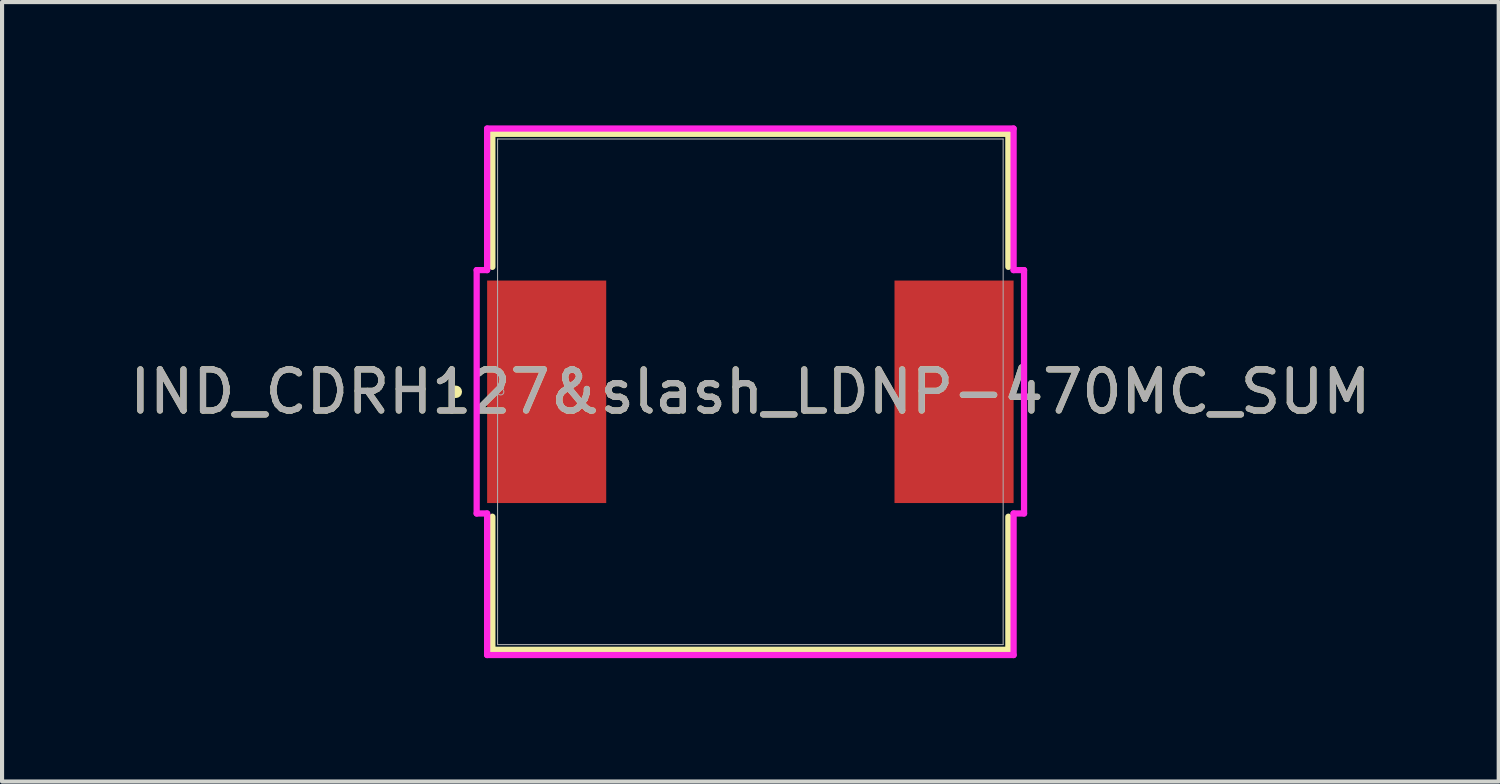
<source format=kicad_pcb>
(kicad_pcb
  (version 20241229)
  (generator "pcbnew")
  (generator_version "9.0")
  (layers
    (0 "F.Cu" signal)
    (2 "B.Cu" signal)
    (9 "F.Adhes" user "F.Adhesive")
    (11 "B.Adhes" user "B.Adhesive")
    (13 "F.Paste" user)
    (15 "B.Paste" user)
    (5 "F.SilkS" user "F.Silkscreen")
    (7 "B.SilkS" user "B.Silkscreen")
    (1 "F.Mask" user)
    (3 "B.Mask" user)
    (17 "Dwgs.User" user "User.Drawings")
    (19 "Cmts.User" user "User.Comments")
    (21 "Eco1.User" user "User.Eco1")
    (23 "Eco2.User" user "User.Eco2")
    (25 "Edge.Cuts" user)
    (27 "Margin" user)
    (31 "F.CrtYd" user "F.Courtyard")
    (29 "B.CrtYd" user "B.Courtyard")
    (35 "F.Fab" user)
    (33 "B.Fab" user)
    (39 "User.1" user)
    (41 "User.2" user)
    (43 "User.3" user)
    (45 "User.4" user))
  (footprint "IND_CDRH127&slash_LDNP-470MC_SUM"
    (layer "F.Cu")
    (at 15.196 6.477)
    (property "Reference" "IND_CDRH127&slash_LDNP-470MC_SUM" (at 0 0 0) (unlocked yes) (layer "F.SilkS") (effects (font (size 1 1) (thickness 0.15))))
    (attr smd)
    (fp_line (start -6.274 -6.274) (end -6.274 -3.038) (stroke (width 0.152) (type solid)) (layer "F.SilkS"))
    (fp_line (start -6.274 3.038) (end -6.274 6.274) (stroke (width 0.152) (type solid)) (layer "F.SilkS"))
    (fp_line (start -6.274 6.274) (end 6.274 6.274) (stroke (width 0.152) (type solid)) (layer "F.SilkS"))
    (fp_line (start 6.274 -6.274) (end -6.274 -6.274) (stroke (width 0.152) (type solid)) (layer "F.SilkS"))
    (fp_line (start 6.274 -3.038) (end 6.274 -6.274) (stroke (width 0.152) (type solid)) (layer "F.SilkS"))
    (fp_line (start 6.274 6.274) (end 6.274 3.038) (stroke (width 0.152) (type solid)) (layer "F.SilkS"))
    (fp_circle (center -7.163 0) (end -7.087 0) (stroke (width 0.152) (type solid)) (fill no) (layer "F.SilkS"))
    (fp_line (start -6.655 -2.959) (end -6.401 -2.959) (stroke (width 0.152) (type solid)) (layer "F.CrtYd"))
    (fp_line (start -6.655 2.959) (end -6.655 -2.959) (stroke (width 0.152) (type solid)) (layer "F.CrtYd"))
    (fp_line (start -6.401 -6.401) (end 6.401 -6.401) (stroke (width 0.152) (type solid)) (layer "F.CrtYd"))
    (fp_line (start -6.401 -2.959) (end -6.401 -6.401) (stroke (width 0.152) (type solid)) (layer "F.CrtYd"))
    (fp_line (start -6.401 2.959) (end -6.655 2.959) (stroke (width 0.152) (type solid)) (layer "F.CrtYd"))
    (fp_line (start -6.401 6.401) (end -6.401 2.959) (stroke (width 0.152) (type solid)) (layer "F.CrtYd"))
    (fp_line (start 6.401 -6.401) (end 6.401 -2.959) (stroke (width 0.152) (type solid)) (layer "F.CrtYd"))
    (fp_line (start 6.401 -2.959) (end 6.655 -2.959) (stroke (width 0.152) (type solid)) (layer "F.CrtYd"))
    (fp_line (start 6.401 2.959) (end 6.401 6.401) (stroke (width 0.152) (type solid)) (layer "F.CrtYd"))
    (fp_line (start 6.401 6.401) (end -6.401 6.401) (stroke (width 0.152) (type solid)) (layer "F.CrtYd"))
    (fp_line (start 6.655 -2.959) (end 6.655 2.959) (stroke (width 0.152) (type solid)) (layer "F.CrtYd"))
    (fp_line (start 6.655 2.959) (end 6.401 2.959) (stroke (width 0.152) (type solid)) (layer "F.CrtYd"))
    (fp_line (start -6.147 -6.147) (end -6.147 6.147) (stroke (width 0.025) (type solid)) (layer "F.Fab"))
    (fp_line (start -6.147 6.147) (end 6.147 6.147) (stroke (width 0.025) (type solid)) (layer "F.Fab"))
    (fp_line (start 6.147 -6.147) (end -6.147 -6.147) (stroke (width 0.025) (type solid)) (layer "F.Fab"))
    (fp_line (start 6.147 6.147) (end 6.147 -6.147) (stroke (width 0.025) (type solid)) (layer "F.Fab"))
    (fp_circle (center -6.071 0) (end -5.994 0) (stroke (width 0.025) (type solid)) (fill no) (layer "F.Fab"))
    (fp_text user "${REFERENCE}" (at 0 0 0) (unlocked yes) (layer "F.Fab") (effects (font (size 1 1) (thickness 0.15))))
    (pad "1" smd rect (at -4.953 0) (size 2.896 5.41) (layers "F.Cu" "F.Mask" "F.Paste"))
    (pad "2" smd rect (at 4.953 0) (size 2.896 5.41) (layers "F.Cu" "F.Mask" "F.Paste"))
    (zone (net_name "") (layer "F.Cu") (hatch full 0.508) (connect_pads) (min_thickness 0.254) (filled_areas_thickness no) (keepout (tracks not_allowed) (vias not_allowed) (pads allowed) (copperpour not_allowed) (footprints allowed)) (placement (enabled no)) (fill) (polygon (pts (xy 11.742 0.381) (xy 18.651 0.381) (xy 18.651 12.573) (xy 11.742 12.573)))))
  (gr_rect
    (start -3 -3)
    (end 33.393 15.954)
    (stroke (width 0.1) (type default))
    (fill no)
    (layer "Edge.Cuts")))
</source>
